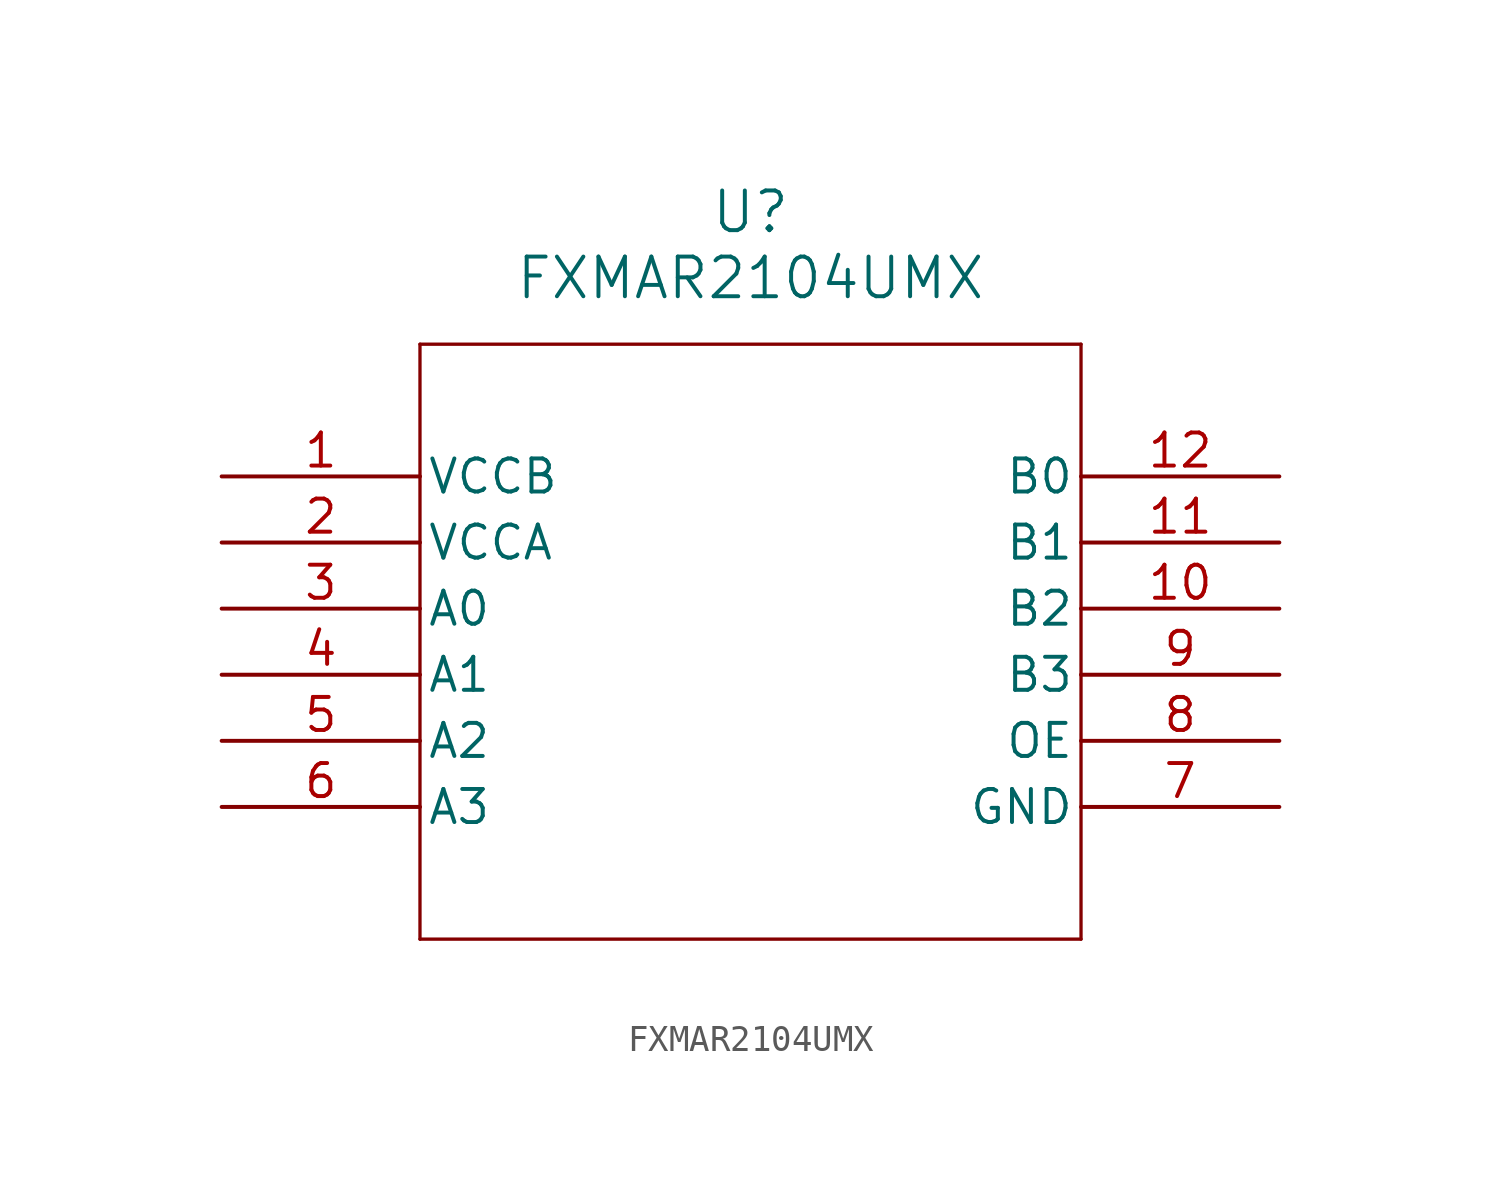
<source format=kicad_sym>
(kicad_symbol_lib
  (version 20211014)
  (generator kicad_symbol_editor)
  (symbol "FXMAR2104UMX"
    (pin_names
      (offset 0.254))
    (property "Reference" "U"
      (at 20.32 10.16 0)
      (effects (font (size 1.524 1.524))))
    (property "Value" "FXMAR2104UMX"
      (at 20.32 7.62 0)
      (effects (font (size 1.524 1.524))))
    (symbol "FXMAR2104UMX_0_1"
      (polyline (pts (xy 7.62 5.08) (xy 7.62 -17.78)) (stroke (width 0.127) (type default) (color 0 0 0 0)) (fill (type none)))
      (polyline (pts (xy 7.62 -17.78) (xy 33.02 -17.78)) (stroke (width 0.127) (type default) (color 0 0 0 0)) (fill (type none)))
      (polyline (pts (xy 33.02 -17.78) (xy 33.02 5.08)) (stroke (width 0.127) (type default) (color 0 0 0 0)) (fill (type none)))
      (polyline (pts (xy 33.02 5.08) (xy 7.62 5.08)) (stroke (width 0.127) (type default) (color 0 0 0 0)) (fill (type none)))
      (pin power_in line (at 0 0 0) (length 7.62) (name "VCCB" (effects (font (size 1.27 1.27)))) (number "1" (effects (font (size 1.27 1.27)))))
      (pin power_in line (at 0 -2.54 0) (length 7.62) (name "VCCA" (effects (font (size 1.27 1.27)))) (number "2" (effects (font (size 1.27 1.27)))))
      (pin bidirectional line (at 0 -5.08 0) (length 7.62) (name "A0" (effects (font (size 1.27 1.27)))) (number "3" (effects (font (size 1.27 1.27)))))
      (pin bidirectional line (at 0 -7.62 0) (length 7.62) (name "A1" (effects (font (size 1.27 1.27)))) (number "4" (effects (font (size 1.27 1.27)))))
      (pin bidirectional line (at 0 -10.16 0) (length 7.62) (name "A2" (effects (font (size 1.27 1.27)))) (number "5" (effects (font (size 1.27 1.27)))))
      (pin bidirectional line (at 0 -12.7 0) (length 7.62) (name "A3" (effects (font (size 1.27 1.27)))) (number "6" (effects (font (size 1.27 1.27)))))
      (pin power_out line (at 40.64 -12.7 180) (length 7.62) (name "GND" (effects (font (size 1.27 1.27)))) (number "7" (effects (font (size 1.27 1.27)))))
      (pin input line (at 40.64 -10.16 180) (length 7.62) (name "OE" (effects (font (size 1.27 1.27)))) (number "8" (effects (font (size 1.27 1.27)))))
      (pin bidirectional line (at 40.64 -7.62 180) (length 7.62) (name "B3" (effects (font (size 1.27 1.27)))) (number "9" (effects (font (size 1.27 1.27)))))
      (pin bidirectional line (at 40.64 -5.08 180) (length 7.62) (name "B2" (effects (font (size 1.27 1.27)))) (number "10" (effects (font (size 1.27 1.27)))))
      (pin bidirectional line (at 40.64 -2.54 180) (length 7.62) (name "B1" (effects (font (size 1.27 1.27)))) (number "11" (effects (font (size 1.27 1.27)))))
      (pin bidirectional line (at 40.64 0 180) (length 7.62) (name "B0" (effects (font (size 1.27 1.27)))) (number "12" (effects (font (size 1.27 1.27))))))))
</source>
